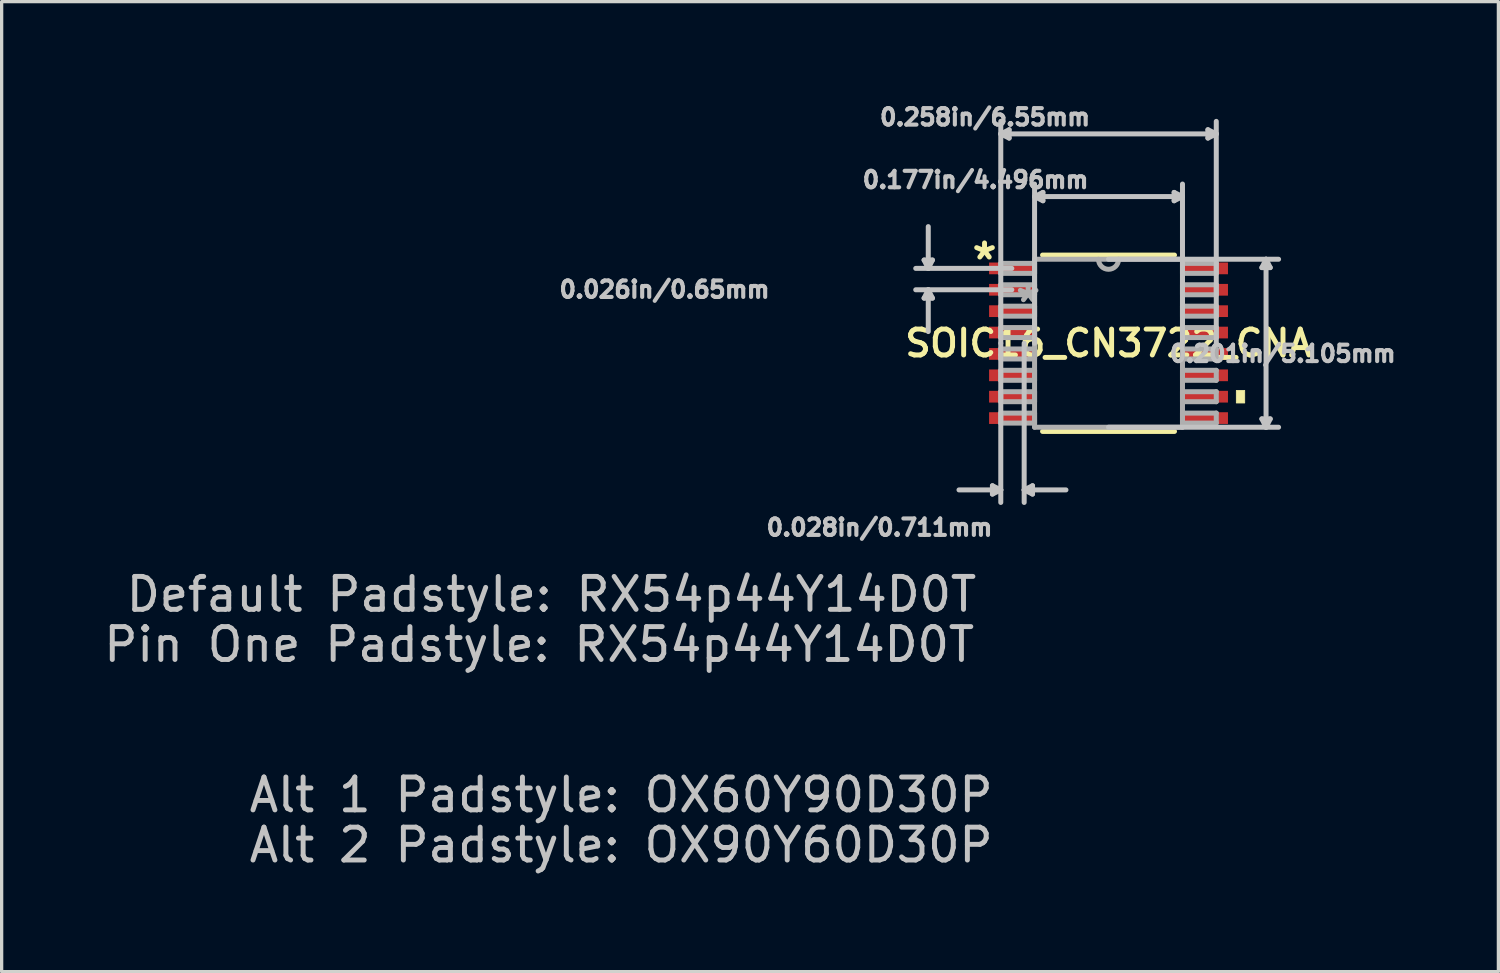
<source format=kicad_pcb>
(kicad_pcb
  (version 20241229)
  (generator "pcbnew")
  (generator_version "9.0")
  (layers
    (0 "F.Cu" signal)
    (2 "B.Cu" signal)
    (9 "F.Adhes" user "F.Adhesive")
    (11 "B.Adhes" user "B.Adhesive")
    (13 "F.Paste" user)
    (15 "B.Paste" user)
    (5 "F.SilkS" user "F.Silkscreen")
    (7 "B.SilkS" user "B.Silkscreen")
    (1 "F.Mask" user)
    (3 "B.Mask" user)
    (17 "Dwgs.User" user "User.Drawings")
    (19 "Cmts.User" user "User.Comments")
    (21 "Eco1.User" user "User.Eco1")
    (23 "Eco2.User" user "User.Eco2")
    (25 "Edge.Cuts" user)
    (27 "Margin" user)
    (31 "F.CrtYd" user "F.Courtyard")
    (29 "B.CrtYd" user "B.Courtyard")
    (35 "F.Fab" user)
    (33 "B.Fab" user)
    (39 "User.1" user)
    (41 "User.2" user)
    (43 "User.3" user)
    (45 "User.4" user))
  (footprint "SOIC16_CN3722_CNA"
    (layer "F.Cu")
    (at 30.644 7.383)
    (property "Reference" "SOIC16_CN3722_CNA" (at 0 0 0) (layer "F.SilkS") (effects (font (size 0.787 0.787) (thickness 0.15))))
    (attr through_hole)
    (fp_line (start -2.005 2.68) (end 2.005 2.68) (stroke (width 0.152) (type solid)) (layer "F.SilkS"))
    (fp_line (start 2.005 -2.68) (end -2.005 -2.68) (stroke (width 0.152) (type solid)) (layer "F.SilkS"))
    (fp_poly (pts (xy 4.139 1.435) (xy 4.139 1.815) (xy 3.885 1.815) (xy 3.885 1.435)) (stroke (width 0.025) (type solid)) (fill yes) (layer "F.SilkS"))
    (fp_line (start -5.606 -2.529) (end -5.352 -2.529) (stroke (width 0.152) (type solid)) (layer "Dwgs.User"))
    (fp_line (start -5.606 -1.371) (end -5.352 -1.371) (stroke (width 0.152) (type solid)) (layer "Dwgs.User"))
    (fp_line (start -5.479 -2.275) (end -5.606 -2.529) (stroke (width 0.152) (type solid)) (layer "Dwgs.User"))
    (fp_line (start -5.479 -2.275) (end -5.479 -3.545) (stroke (width 0.152) (type solid)) (layer "Dwgs.User"))
    (fp_line (start -5.479 -2.275) (end -5.352 -2.529) (stroke (width 0.152) (type solid)) (layer "Dwgs.User"))
    (fp_line (start -5.479 -1.625) (end -5.606 -1.371) (stroke (width 0.152) (type solid)) (layer "Dwgs.User"))
    (fp_line (start -5.479 -1.625) (end -5.479 -0.355) (stroke (width 0.152) (type solid)) (layer "Dwgs.User"))
    (fp_line (start -5.479 -1.625) (end -5.352 -1.371) (stroke (width 0.152) (type solid)) (layer "Dwgs.User"))
    (fp_line (start -3.529 4.331) (end -3.529 4.585) (stroke (width 0.152) (type solid)) (layer "Dwgs.User"))
    (fp_line (start -3.275 -6.363) (end -3.021 -6.49) (stroke (width 0.152) (type solid)) (layer "Dwgs.User"))
    (fp_line (start -3.275 -6.363) (end -3.021 -6.236) (stroke (width 0.152) (type solid)) (layer "Dwgs.User"))
    (fp_line (start -3.275 -6.363) (end 3.275 -6.363) (stroke (width 0.152) (type solid)) (layer "Dwgs.User"))
    (fp_line (start -3.275 0) (end -3.275 -6.744) (stroke (width 0.152) (type solid)) (layer "Dwgs.User"))
    (fp_line (start -3.275 0) (end -3.275 4.839) (stroke (width 0.152) (type solid)) (layer "Dwgs.User"))
    (fp_line (start -3.275 4.458) (end -4.545 4.458) (stroke (width 0.152) (type solid)) (layer "Dwgs.User"))
    (fp_line (start -3.275 4.458) (end -3.529 4.331) (stroke (width 0.152) (type solid)) (layer "Dwgs.User"))
    (fp_line (start -3.275 4.458) (end -3.529 4.585) (stroke (width 0.152) (type solid)) (layer "Dwgs.User"))
    (fp_line (start -3.021 -6.49) (end -3.021 -6.236) (stroke (width 0.152) (type solid)) (layer "Dwgs.User"))
    (fp_line (start -2.939 -2.275) (end -5.86 -2.275) (stroke (width 0.152) (type solid)) (layer "Dwgs.User"))
    (fp_line (start -2.939 -1.625) (end -5.86 -1.625) (stroke (width 0.152) (type solid)) (layer "Dwgs.User"))
    (fp_line (start -2.564 0) (end -2.564 4.839) (stroke (width 0.152) (type solid)) (layer "Dwgs.User"))
    (fp_line (start -2.564 4.458) (end -2.31 4.331) (stroke (width 0.152) (type solid)) (layer "Dwgs.User"))
    (fp_line (start -2.564 4.458) (end -2.31 4.585) (stroke (width 0.152) (type solid)) (layer "Dwgs.User"))
    (fp_line (start -2.564 4.458) (end -1.294 4.458) (stroke (width 0.152) (type solid)) (layer "Dwgs.User"))
    (fp_line (start -2.31 4.331) (end -2.31 4.585) (stroke (width 0.152) (type solid)) (layer "Dwgs.User"))
    (fp_line (start -2.248 -4.458) (end -1.994 -4.585) (stroke (width 0.152) (type solid)) (layer "Dwgs.User"))
    (fp_line (start -2.248 -4.458) (end -1.994 -4.331) (stroke (width 0.152) (type solid)) (layer "Dwgs.User"))
    (fp_line (start -2.248 -4.458) (end 2.248 -4.458) (stroke (width 0.152) (type solid)) (layer "Dwgs.User"))
    (fp_line (start -2.248 0) (end -2.248 -4.839) (stroke (width 0.152) (type solid)) (layer "Dwgs.User"))
    (fp_line (start -1.994 -4.585) (end -1.994 -4.331) (stroke (width 0.152) (type solid)) (layer "Dwgs.User"))
    (fp_line (start 0 -2.553) (end 5.169 -2.553) (stroke (width 0.152) (type solid)) (layer "Dwgs.User"))
    (fp_line (start 0 2.553) (end 5.169 2.553) (stroke (width 0.152) (type solid)) (layer "Dwgs.User"))
    (fp_line (start 1.994 -4.585) (end 1.994 -4.331) (stroke (width 0.152) (type solid)) (layer "Dwgs.User"))
    (fp_line (start 2.248 -4.458) (end 1.994 -4.585) (stroke (width 0.152) (type solid)) (layer "Dwgs.User"))
    (fp_line (start 2.248 -4.458) (end 1.994 -4.331) (stroke (width 0.152) (type solid)) (layer "Dwgs.User"))
    (fp_line (start 2.248 0) (end 2.248 -4.839) (stroke (width 0.152) (type solid)) (layer "Dwgs.User"))
    (fp_line (start 3.021 -6.49) (end 3.021 -6.236) (stroke (width 0.152) (type solid)) (layer "Dwgs.User"))
    (fp_line (start 3.275 -6.363) (end 3.021 -6.49) (stroke (width 0.152) (type solid)) (layer "Dwgs.User"))
    (fp_line (start 3.275 -6.363) (end 3.021 -6.236) (stroke (width 0.152) (type solid)) (layer "Dwgs.User"))
    (fp_line (start 3.275 0) (end 3.275 -6.744) (stroke (width 0.152) (type solid)) (layer "Dwgs.User"))
    (fp_line (start 4.661 -2.299) (end 4.915 -2.299) (stroke (width 0.152) (type solid)) (layer "Dwgs.User"))
    (fp_line (start 4.661 2.299) (end 4.915 2.299) (stroke (width 0.152) (type solid)) (layer "Dwgs.User"))
    (fp_line (start 4.788 -2.553) (end 4.661 -2.299) (stroke (width 0.152) (type solid)) (layer "Dwgs.User"))
    (fp_line (start 4.788 -2.553) (end 4.788 2.553) (stroke (width 0.152) (type solid)) (layer "Dwgs.User"))
    (fp_line (start 4.788 -2.553) (end 4.915 -2.299) (stroke (width 0.152) (type solid)) (layer "Dwgs.User"))
    (fp_line (start 4.788 2.553) (end 4.661 2.299) (stroke (width 0.152) (type solid)) (layer "Dwgs.User"))
    (fp_line (start 4.788 2.553) (end 4.915 2.299) (stroke (width 0.152) (type solid)) (layer "Dwgs.User"))
    (fp_line (start -3.275 -2.427) (end -3.275 -2.123) (stroke (width 0.152) (type solid)) (layer "F.Fab"))
    (fp_line (start -3.275 -2.123) (end -2.248 -2.123) (stroke (width 0.152) (type solid)) (layer "F.Fab"))
    (fp_line (start -3.275 -1.777) (end -3.275 -1.473) (stroke (width 0.152) (type solid)) (layer "F.Fab"))
    (fp_line (start -3.275 -1.473) (end -2.248 -1.473) (stroke (width 0.152) (type solid)) (layer "F.Fab"))
    (fp_line (start -3.275 -1.127) (end -3.275 -0.823) (stroke (width 0.152) (type solid)) (layer "F.Fab"))
    (fp_line (start -3.275 -0.823) (end -2.248 -0.823) (stroke (width 0.152) (type solid)) (layer "F.Fab"))
    (fp_line (start -3.275 -0.477) (end -3.275 -0.173) (stroke (width 0.152) (type solid)) (layer "F.Fab"))
    (fp_line (start -3.275 -0.173) (end -2.248 -0.173) (stroke (width 0.152) (type solid)) (layer "F.Fab"))
    (fp_line (start -3.275 0.173) (end -3.275 0.477) (stroke (width 0.152) (type solid)) (layer "F.Fab"))
    (fp_line (start -3.275 0.477) (end -2.248 0.477) (stroke (width 0.152) (type solid)) (layer "F.Fab"))
    (fp_line (start -3.275 0.823) (end -3.275 1.127) (stroke (width 0.152) (type solid)) (layer "F.Fab"))
    (fp_line (start -3.275 1.127) (end -2.248 1.127) (stroke (width 0.152) (type solid)) (layer "F.Fab"))
    (fp_line (start -3.275 1.473) (end -3.275 1.777) (stroke (width 0.152) (type solid)) (layer "F.Fab"))
    (fp_line (start -3.275 1.777) (end -2.248 1.777) (stroke (width 0.152) (type solid)) (layer "F.Fab"))
    (fp_line (start -3.275 2.123) (end -3.275 2.427) (stroke (width 0.152) (type solid)) (layer "F.Fab"))
    (fp_line (start -3.275 2.427) (end -2.248 2.427) (stroke (width 0.152) (type solid)) (layer "F.Fab"))
    (fp_line (start -2.248 -2.553) (end -2.248 2.553) (stroke (width 0.152) (type solid)) (layer "F.Fab"))
    (fp_line (start -2.248 -2.427) (end -3.275 -2.427) (stroke (width 0.152) (type solid)) (layer "F.Fab"))
    (fp_line (start -2.248 -2.123) (end -2.248 -2.427) (stroke (width 0.152) (type solid)) (layer "F.Fab"))
    (fp_line (start -2.248 -1.777) (end -3.275 -1.777) (stroke (width 0.152) (type solid)) (layer "F.Fab"))
    (fp_line (start -2.248 -1.473) (end -2.248 -1.777) (stroke (width 0.152) (type solid)) (layer "F.Fab"))
    (fp_line (start -2.248 -1.127) (end -3.275 -1.127) (stroke (width 0.152) (type solid)) (layer "F.Fab"))
    (fp_line (start -2.248 -0.823) (end -2.248 -1.127) (stroke (width 0.152) (type solid)) (layer "F.Fab"))
    (fp_line (start -2.248 -0.477) (end -3.275 -0.477) (stroke (width 0.152) (type solid)) (layer "F.Fab"))
    (fp_line (start -2.248 -0.173) (end -2.248 -0.477) (stroke (width 0.152) (type solid)) (layer "F.Fab"))
    (fp_line (start -2.248 0.173) (end -3.275 0.173) (stroke (width 0.152) (type solid)) (layer "F.Fab"))
    (fp_line (start -2.248 0.477) (end -2.248 0.173) (stroke (width 0.152) (type solid)) (layer "F.Fab"))
    (fp_line (start -2.248 0.823) (end -3.275 0.823) (stroke (width 0.152) (type solid)) (layer "F.Fab"))
    (fp_line (start -2.248 1.127) (end -2.248 0.823) (stroke (width 0.152) (type solid)) (layer "F.Fab"))
    (fp_line (start -2.248 1.473) (end -3.275 1.473) (stroke (width 0.152) (type solid)) (layer "F.Fab"))
    (fp_line (start -2.248 1.777) (end -2.248 1.473) (stroke (width 0.152) (type solid)) (layer "F.Fab"))
    (fp_line (start -2.248 2.123) (end -3.275 2.123) (stroke (width 0.152) (type solid)) (layer "F.Fab"))
    (fp_line (start -2.248 2.427) (end -2.248 2.123) (stroke (width 0.152) (type solid)) (layer "F.Fab"))
    (fp_line (start -2.248 2.553) (end 2.248 2.553) (stroke (width 0.152) (type solid)) (layer "F.Fab"))
    (fp_line (start 2.248 -2.553) (end -2.248 -2.553) (stroke (width 0.152) (type solid)) (layer "F.Fab"))
    (fp_line (start 2.248 -2.427) (end 2.248 -2.123) (stroke (width 0.152) (type solid)) (layer "F.Fab"))
    (fp_line (start 2.248 -2.123) (end 3.275 -2.123) (stroke (width 0.152) (type solid)) (layer "F.Fab"))
    (fp_line (start 2.248 -1.777) (end 2.248 -1.473) (stroke (width 0.152) (type solid)) (layer "F.Fab"))
    (fp_line (start 2.248 -1.473) (end 3.275 -1.473) (stroke (width 0.152) (type solid)) (layer "F.Fab"))
    (fp_line (start 2.248 -1.127) (end 2.248 -0.823) (stroke (width 0.152) (type solid)) (layer "F.Fab"))
    (fp_line (start 2.248 -0.823) (end 3.275 -0.823) (stroke (width 0.152) (type solid)) (layer "F.Fab"))
    (fp_line (start 2.248 -0.477) (end 2.248 -0.173) (stroke (width 0.152) (type solid)) (layer "F.Fab"))
    (fp_line (start 2.248 -0.173) (end 3.275 -0.173) (stroke (width 0.152) (type solid)) (layer "F.Fab"))
    (fp_line (start 2.248 0.173) (end 2.248 0.477) (stroke (width 0.152) (type solid)) (layer "F.Fab"))
    (fp_line (start 2.248 0.477) (end 3.275 0.477) (stroke (width 0.152) (type solid)) (layer "F.Fab"))
    (fp_line (start 2.248 0.823) (end 2.248 1.127) (stroke (width 0.152) (type solid)) (layer "F.Fab"))
    (fp_line (start 2.248 1.127) (end 3.275 1.127) (stroke (width 0.152) (type solid)) (layer "F.Fab"))
    (fp_line (start 2.248 1.473) (end 2.248 1.777) (stroke (width 0.152) (type solid)) (layer "F.Fab"))
    (fp_line (start 2.248 1.777) (end 3.275 1.777) (stroke (width 0.152) (type solid)) (layer "F.Fab"))
    (fp_line (start 2.248 2.123) (end 2.248 2.427) (stroke (width 0.152) (type solid)) (layer "F.Fab"))
    (fp_line (start 2.248 2.427) (end 3.275 2.427) (stroke (width 0.152) (type solid)) (layer "F.Fab"))
    (fp_line (start 2.248 2.553) (end 2.248 -2.553) (stroke (width 0.152) (type solid)) (layer "F.Fab"))
    (fp_line (start 3.275 -2.427) (end 2.248 -2.427) (stroke (width 0.152) (type solid)) (layer "F.Fab"))
    (fp_line (start 3.275 -2.123) (end 3.275 -2.427) (stroke (width 0.152) (type solid)) (layer "F.Fab"))
    (fp_line (start 3.275 -1.777) (end 2.248 -1.777) (stroke (width 0.152) (type solid)) (layer "F.Fab"))
    (fp_line (start 3.275 -1.473) (end 3.275 -1.777) (stroke (width 0.152) (type solid)) (layer "F.Fab"))
    (fp_line (start 3.275 -1.127) (end 2.248 -1.127) (stroke (width 0.152) (type solid)) (layer "F.Fab"))
    (fp_line (start 3.275 -0.823) (end 3.275 -1.127) (stroke (width 0.152) (type solid)) (layer "F.Fab"))
    (fp_line (start 3.275 -0.477) (end 2.248 -0.477) (stroke (width 0.152) (type solid)) (layer "F.Fab"))
    (fp_line (start 3.275 -0.173) (end 3.275 -0.477) (stroke (width 0.152) (type solid)) (layer "F.Fab"))
    (fp_line (start 3.275 0.173) (end 2.248 0.173) (stroke (width 0.152) (type solid)) (layer "F.Fab"))
    (fp_line (start 3.275 0.477) (end 3.275 0.173) (stroke (width 0.152) (type solid)) (layer "F.Fab"))
    (fp_line (start 3.275 0.823) (end 2.248 0.823) (stroke (width 0.152) (type solid)) (layer "F.Fab"))
    (fp_line (start 3.275 1.127) (end 3.275 0.823) (stroke (width 0.152) (type solid)) (layer "F.Fab"))
    (fp_line (start 3.275 1.473) (end 2.248 1.473) (stroke (width 0.152) (type solid)) (layer "F.Fab"))
    (fp_line (start 3.275 1.777) (end 3.275 1.473) (stroke (width 0.152) (type solid)) (layer "F.Fab"))
    (fp_line (start 3.275 2.123) (end 2.248 2.123) (stroke (width 0.152) (type solid)) (layer "F.Fab"))
    (fp_line (start 3.275 2.427) (end 3.275 2.123) (stroke (width 0.152) (type solid)) (layer "F.Fab"))
    (fp_arc (start 0.3048 -2.5527) (mid 0 -2.2479) (end -0.3048 -2.5527) (stroke (width 0.1524) (type solid)) (layer "F.Fab"))
    (fp_text user "*" (at -3.769 -2.504 0) (layer "F.SilkS") (effects (font (size 1 1) (thickness 0.15))))
    (fp_text user "Pin One Padstyle: RX54p44Y14D0T" (at -17.305 9.157 0) (layer "Dwgs.User") (effects (font (size 1 1) (thickness 0.15))))
    (fp_text user "Alt 1 Padstyle: OX60Y90D30P" (at -14.814 13.729 0) (layer "Dwgs.User") (effects (font (size 1 1) (thickness 0.15))))
    (fp_text user "0.258in/6.55mm" (at -3.754 -6.871 0) (layer "Dwgs.User") (effects (font (size 0.5 0.5) (thickness 0.15))))
    (fp_text user "0.177in/4.496mm" (at -4.042 -4.966 0) (layer "Dwgs.User") (effects (font (size 0.5 0.5) (thickness 0.15))))
    (fp_text user "Alt 2 Padstyle: OX90Y60D30P" (at -14.814 15.253 0) (layer "Dwgs.User") (effects (font (size 1 1) (thickness 0.15))))
    (fp_text user "Default Padstyle: RX54p44Y14D0T" (at -16.932 7.633 0) (layer "Dwgs.User") (effects (font (size 1 1) (thickness 0.15))))
    (fp_text user "0.026in/0.65mm" (at -13.496 -1.633 0) (layer "Dwgs.User") (effects (font (size 0.5 0.5) (thickness 0.15))))
    (fp_text user "0.028in/0.711mm" (at -6.962 5.601 0) (layer "Dwgs.User") (effects (font (size 0.5 0.5) (thickness 0.15))))
    (fp_text user "0.201in/5.105mm" (at 5.296 0.318 0) (layer "Dwgs.User") (effects (font (size 0.5 0.5) (thickness 0.15))))
    (fp_text user "*" (at -2.443 -1.206 0) (layer "F.Fab") (effects (font (size 1 1) (thickness 0.15))))
    (pad "1" smd rect (at -2.939 -2.275) (size 1.383 0.356) (layers "F.Cu" "F.Mask" "F.Paste"))
    (pad "2" smd rect (at -2.939 -1.625) (size 1.383 0.356) (layers "F.Cu" "F.Mask" "F.Paste"))
    (pad "3" smd rect (at -2.939 -0.975) (size 1.383 0.356) (layers "F.Cu" "F.Mask" "F.Paste"))
    (pad "4" smd rect (at -2.939 -0.325) (size 1.383 0.356) (layers "F.Cu" "F.Mask" "F.Paste"))
    (pad "5" smd rect (at -2.939 0.325) (size 1.383 0.356) (layers "F.Cu" "F.Mask" "F.Paste"))
    (pad "6" smd rect (at -2.939 0.975) (size 1.383 0.356) (layers "F.Cu" "F.Mask" "F.Paste"))
    (pad "7" smd rect (at -2.939 1.625) (size 1.383 0.356) (layers "F.Cu" "F.Mask" "F.Paste"))
    (pad "8" smd rect (at -2.939 2.275) (size 1.383 0.356) (layers "F.Cu" "F.Mask" "F.Paste"))
    (pad "9" smd rect (at 2.939 2.275) (size 1.383 0.356) (layers "F.Cu" "F.Mask" "F.Paste"))
    (pad "10" smd rect (at 2.939 1.625) (size 1.383 0.356) (layers "F.Cu" "F.Mask" "F.Paste"))
    (pad "11" smd rect (at 2.939 0.975) (size 1.383 0.356) (layers "F.Cu" "F.Mask" "F.Paste"))
    (pad "12" smd rect (at 2.939 0.325) (size 1.383 0.356) (layers "F.Cu" "F.Mask" "F.Paste"))
    (pad "13" smd rect (at 2.939 -0.325) (size 1.383 0.356) (layers "F.Cu" "F.Mask" "F.Paste"))
    (pad "14" smd rect (at 2.939 -0.975) (size 1.383 0.356) (layers "F.Cu" "F.Mask" "F.Paste"))
    (pad "15" smd rect (at 2.939 -1.625) (size 1.383 0.356) (layers "F.Cu" "F.Mask" "F.Paste"))
    (pad "16" smd rect (at 2.939 -2.275) (size 1.383 0.356) (layers "F.Cu" "F.Mask" "F.Paste")))
  (gr_rect
    (start -3 -3)
    (end 42.494 26.484)
    (stroke (width 0.1) (type default))
    (fill no)
    (layer "Edge.Cuts")))
</source>
